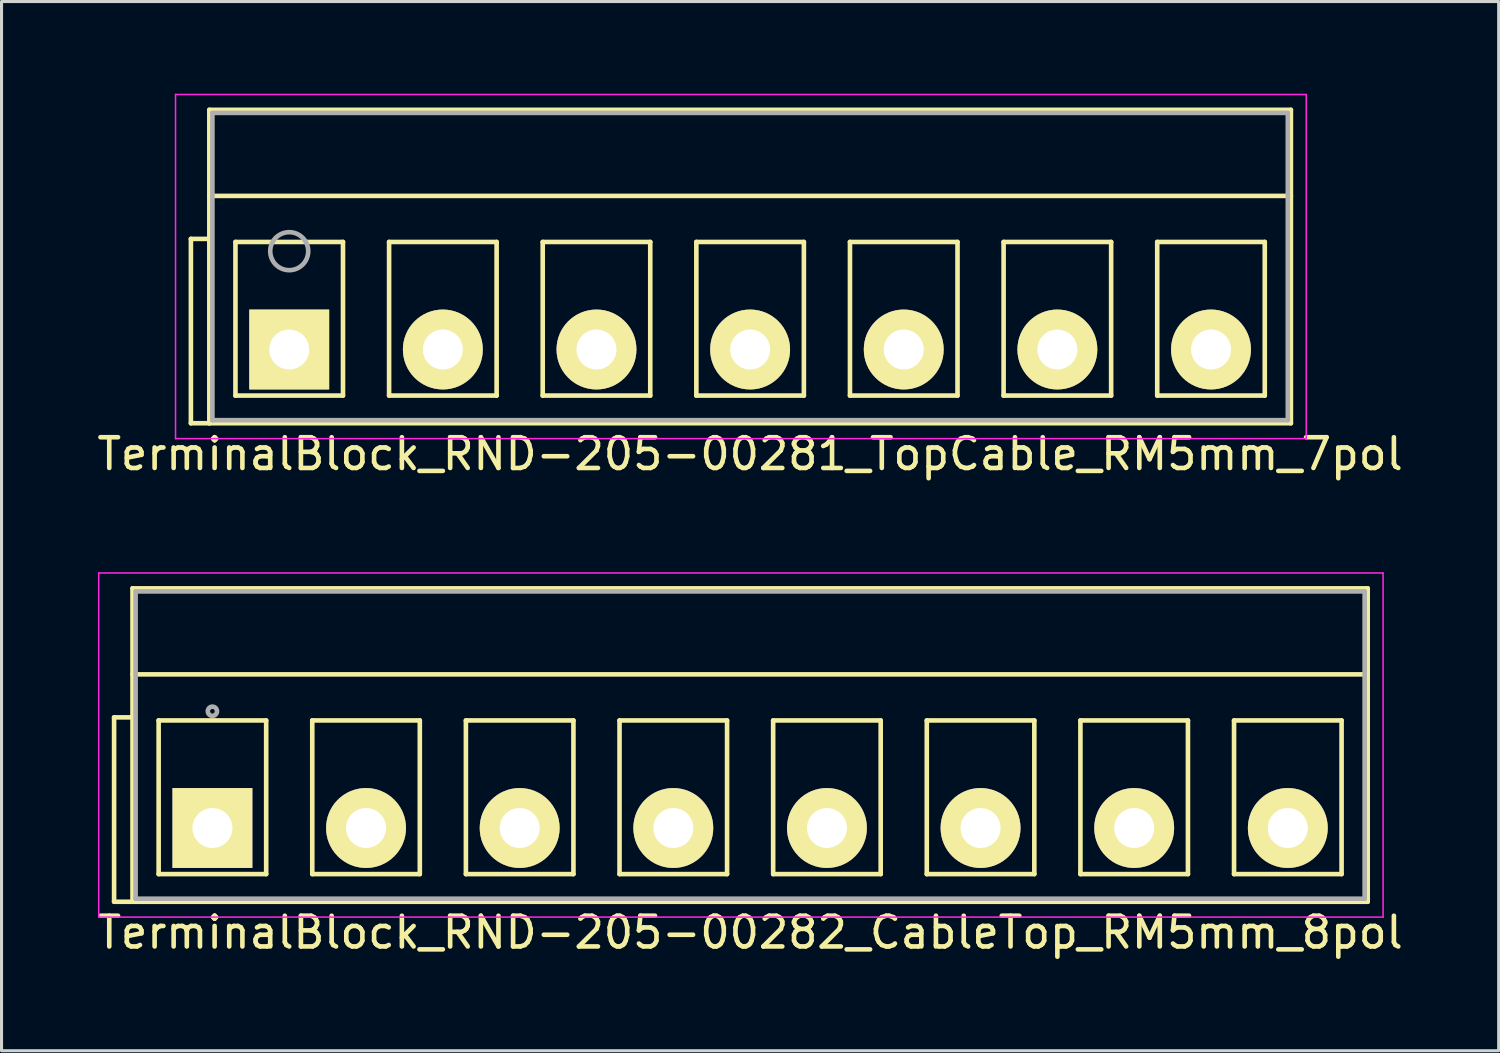
<source format=kicad_pcb>
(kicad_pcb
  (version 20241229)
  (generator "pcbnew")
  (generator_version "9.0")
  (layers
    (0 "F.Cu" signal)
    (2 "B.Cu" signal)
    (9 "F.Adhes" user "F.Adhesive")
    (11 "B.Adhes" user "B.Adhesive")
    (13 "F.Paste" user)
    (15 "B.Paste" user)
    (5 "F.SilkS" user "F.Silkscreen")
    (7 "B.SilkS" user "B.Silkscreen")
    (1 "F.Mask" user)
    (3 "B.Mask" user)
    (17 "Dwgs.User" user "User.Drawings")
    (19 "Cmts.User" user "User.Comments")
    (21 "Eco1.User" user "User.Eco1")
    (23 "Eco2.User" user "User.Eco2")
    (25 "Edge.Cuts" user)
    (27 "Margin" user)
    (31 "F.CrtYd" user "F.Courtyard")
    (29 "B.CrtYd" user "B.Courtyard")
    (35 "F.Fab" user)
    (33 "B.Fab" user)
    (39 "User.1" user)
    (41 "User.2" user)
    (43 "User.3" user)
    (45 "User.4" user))
  (footprint "TerminalBlock_RND-205-00281_TopCable_RM5mm_7pol"
    (layer "F.Cu")
    (at 6.363 8.325)
    (property "Reference" "TerminalBlock_RND-205-00281_TopCable_RM5mm_7pol" (at 15 3.4 0) (layer "F.SilkS") (effects (font (size 1 1) (thickness 0.15))))
    (attr through_hole)
    (fp_line (start -3.2 -3.6) (end -2.6 -3.6) (stroke (width 0.15) (type solid)) (layer "F.SilkS"))
    (fp_line (start -3.2 2.4) (end -3.2 -3.6) (stroke (width 0.15) (type solid)) (layer "F.SilkS"))
    (fp_line (start -2.6 -7.8) (end 32.6 -7.8) (stroke (width 0.15) (type solid)) (layer "F.SilkS"))
    (fp_line (start -2.6 -5) (end 32.6 -5) (stroke (width 0.15) (type solid)) (layer "F.SilkS"))
    (fp_line (start -2.6 2.4) (end -3.2 2.4) (stroke (width 0.15) (type solid)) (layer "F.SilkS"))
    (fp_line (start -2.6 2.4) (end -2.6 -7.8) (stroke (width 0.15) (type solid)) (layer "F.SilkS"))
    (fp_line (start -1.75 -3.5) (end -1.75 1.5) (stroke (width 0.15) (type solid)) (layer "F.SilkS"))
    (fp_line (start -1.75 1.5) (end 1.75 1.5) (stroke (width 0.15) (type solid)) (layer "F.SilkS"))
    (fp_line (start 1.75 -3.5) (end -1.75 -3.5) (stroke (width 0.15) (type solid)) (layer "F.SilkS"))
    (fp_line (start 1.75 1.5) (end 1.75 -3.5) (stroke (width 0.15) (type solid)) (layer "F.SilkS"))
    (fp_line (start 3.25 -3.5) (end 3.25 1.5) (stroke (width 0.15) (type solid)) (layer "F.SilkS"))
    (fp_line (start 3.25 1.5) (end 6.75 1.5) (stroke (width 0.15) (type solid)) (layer "F.SilkS"))
    (fp_line (start 6.75 -3.5) (end 3.25 -3.5) (stroke (width 0.15) (type solid)) (layer "F.SilkS"))
    (fp_line (start 6.75 1.5) (end 6.75 -3.5) (stroke (width 0.15) (type solid)) (layer "F.SilkS"))
    (fp_line (start 8.25 -3.5) (end 8.25 1.5) (stroke (width 0.15) (type solid)) (layer "F.SilkS"))
    (fp_line (start 8.25 1.5) (end 11.75 1.5) (stroke (width 0.15) (type solid)) (layer "F.SilkS"))
    (fp_line (start 11.75 -3.5) (end 8.25 -3.5) (stroke (width 0.15) (type solid)) (layer "F.SilkS"))
    (fp_line (start 11.75 1.5) (end 11.75 -3.5) (stroke (width 0.15) (type solid)) (layer "F.SilkS"))
    (fp_line (start 13.25 -3.5) (end 13.25 1.5) (stroke (width 0.15) (type solid)) (layer "F.SilkS"))
    (fp_line (start 13.25 1.5) (end 16.75 1.5) (stroke (width 0.15) (type solid)) (layer "F.SilkS"))
    (fp_line (start 16.75 -3.5) (end 13.25 -3.5) (stroke (width 0.15) (type solid)) (layer "F.SilkS"))
    (fp_line (start 16.75 1.5) (end 16.75 -3.5) (stroke (width 0.15) (type solid)) (layer "F.SilkS"))
    (fp_line (start 18.25 -3.5) (end 18.25 1.5) (stroke (width 0.15) (type solid)) (layer "F.SilkS"))
    (fp_line (start 18.25 1.5) (end 21.75 1.5) (stroke (width 0.15) (type solid)) (layer "F.SilkS"))
    (fp_line (start 21.75 -3.5) (end 18.25 -3.5) (stroke (width 0.15) (type solid)) (layer "F.SilkS"))
    (fp_line (start 21.75 1.5) (end 21.75 -3.5) (stroke (width 0.15) (type solid)) (layer "F.SilkS"))
    (fp_line (start 23.25 -3.5) (end 23.25 1.5) (stroke (width 0.15) (type solid)) (layer "F.SilkS"))
    (fp_line (start 23.25 1.5) (end 26.75 1.5) (stroke (width 0.15) (type solid)) (layer "F.SilkS"))
    (fp_line (start 26.75 -3.5) (end 23.25 -3.5) (stroke (width 0.15) (type solid)) (layer "F.SilkS"))
    (fp_line (start 26.75 1.5) (end 26.75 -3.5) (stroke (width 0.15) (type solid)) (layer "F.SilkS"))
    (fp_line (start 28.25 -3.5) (end 28.25 1.5) (stroke (width 0.15) (type solid)) (layer "F.SilkS"))
    (fp_line (start 28.25 1.5) (end 31.75 1.5) (stroke (width 0.15) (type solid)) (layer "F.SilkS"))
    (fp_line (start 31.75 -3.5) (end 28.25 -3.5) (stroke (width 0.15) (type solid)) (layer "F.SilkS"))
    (fp_line (start 31.75 1.5) (end 31.75 -3.5) (stroke (width 0.15) (type solid)) (layer "F.SilkS"))
    (fp_line (start 32.6 -7.8) (end 32.6 2.4) (stroke (width 0.15) (type solid)) (layer "F.SilkS"))
    (fp_line (start 32.6 2.4) (end -2.6 2.4) (stroke (width 0.15) (type solid)) (layer "F.SilkS"))
    (fp_line (start -3.7 -8.3) (end 33.1 -8.3) (stroke (width 0.05) (type solid)) (layer "F.CrtYd"))
    (fp_line (start -3.7 2.9) (end -3.7 -8.3) (stroke (width 0.05) (type solid)) (layer "F.CrtYd"))
    (fp_line (start 33.1 -8.3) (end 33.1 2.9) (stroke (width 0.05) (type solid)) (layer "F.CrtYd"))
    (fp_line (start 33.1 2.9) (end -3.7 2.9) (stroke (width 0.05) (type solid)) (layer "F.CrtYd"))
    (fp_line (start -2.5 -7.7) (end 32.5 -7.7) (stroke (width 0.15) (type solid)) (layer "F.Fab"))
    (fp_line (start -2.5 2.3) (end -2.5 -7.7) (stroke (width 0.15) (type solid)) (layer "F.Fab"))
    (fp_line (start 32.5 -7.7) (end 32.5 2.3) (stroke (width 0.15) (type solid)) (layer "F.Fab"))
    (fp_line (start 32.5 2.3) (end -2.5 2.3) (stroke (width 0.15) (type solid)) (layer "F.Fab"))
    (fp_circle (center 0 -3.2) (end -0.15 -3.8) (stroke (width 0.15) (type solid)) (fill no) (layer "F.Fab"))
    (pad "1" thru_hole rect (at 0 0) (size 2.6 2.6) (drill 1.3) (layers "*.Cu" "*.Mask" "F.SilkS"))
    (pad "2" thru_hole circle (at 5 0) (size 2.6 2.6) (drill 1.3) (layers "*.Cu" "*.Mask" "F.SilkS"))
    (pad "3" thru_hole circle (at 10 0) (size 2.6 2.6) (drill 1.3) (layers "*.Cu" "*.Mask" "F.SilkS"))
    (pad "4" thru_hole circle (at 15 0) (size 2.6 2.6) (drill 1.3) (layers "*.Cu" "*.Mask" "F.SilkS"))
    (pad "5" thru_hole circle (at 20 0) (size 2.6 2.6) (drill 1.3) (layers "*.Cu" "*.Mask" "F.SilkS"))
    (pad "6" thru_hole circle (at 25 0) (size 2.6 2.6) (drill 1.3) (layers "*.Cu" "*.Mask" "F.SilkS"))
    (pad "7" thru_hole circle (at 30 0) (size 2.6 2.6) (drill 1.3) (layers "*.Cu" "*.Mask" "F.SilkS")))
  (footprint "TerminalBlock_RND-205-00282_CableTop_RM5mm_8pol"
    (layer "F.Cu")
    (at 3.863 23.898)
    (property "Reference" "TerminalBlock_RND-205-00282_CableTop_RM5mm_8pol" (at 17.5 3.4 0) (layer "F.SilkS") (effects (font (size 1 1) (thickness 0.15))))
    (attr through_hole)
    (fp_line (start -3.2 -3.6) (end -2.6 -3.6) (stroke (width 0.15) (type solid)) (layer "F.SilkS"))
    (fp_line (start -3.2 2.4) (end -3.2 -3.6) (stroke (width 0.15) (type solid)) (layer "F.SilkS"))
    (fp_line (start -2.6 -7.8) (end 37.6 -7.8) (stroke (width 0.15) (type solid)) (layer "F.SilkS"))
    (fp_line (start -2.6 -5) (end 37.6 -5) (stroke (width 0.15) (type solid)) (layer "F.SilkS"))
    (fp_line (start -2.6 2.4) (end -3.2 2.4) (stroke (width 0.15) (type solid)) (layer "F.SilkS"))
    (fp_line (start -2.6 2.4) (end -2.6 -7.8) (stroke (width 0.15) (type solid)) (layer "F.SilkS"))
    (fp_line (start -1.75 -3.5) (end -1.75 1.5) (stroke (width 0.15) (type solid)) (layer "F.SilkS"))
    (fp_line (start -1.75 1.5) (end 1.75 1.5) (stroke (width 0.15) (type solid)) (layer "F.SilkS"))
    (fp_line (start 1.75 -3.5) (end -1.75 -3.5) (stroke (width 0.15) (type solid)) (layer "F.SilkS"))
    (fp_line (start 1.75 1.5) (end 1.75 -3.5) (stroke (width 0.15) (type solid)) (layer "F.SilkS"))
    (fp_line (start 3.25 -3.5) (end 3.25 1.5) (stroke (width 0.15) (type solid)) (layer "F.SilkS"))
    (fp_line (start 3.25 1.5) (end 6.75 1.5) (stroke (width 0.15) (type solid)) (layer "F.SilkS"))
    (fp_line (start 6.75 -3.5) (end 3.25 -3.5) (stroke (width 0.15) (type solid)) (layer "F.SilkS"))
    (fp_line (start 6.75 1.5) (end 6.75 -3.5) (stroke (width 0.15) (type solid)) (layer "F.SilkS"))
    (fp_line (start 8.25 -3.5) (end 8.25 1.5) (stroke (width 0.15) (type solid)) (layer "F.SilkS"))
    (fp_line (start 8.25 1.5) (end 11.75 1.5) (stroke (width 0.15) (type solid)) (layer "F.SilkS"))
    (fp_line (start 11.75 -3.5) (end 8.25 -3.5) (stroke (width 0.15) (type solid)) (layer "F.SilkS"))
    (fp_line (start 11.75 1.5) (end 11.75 -3.5) (stroke (width 0.15) (type solid)) (layer "F.SilkS"))
    (fp_line (start 13.25 -3.5) (end 13.25 1.5) (stroke (width 0.15) (type solid)) (layer "F.SilkS"))
    (fp_line (start 13.25 1.5) (end 16.75 1.5) (stroke (width 0.15) (type solid)) (layer "F.SilkS"))
    (fp_line (start 16.75 -3.5) (end 13.25 -3.5) (stroke (width 0.15) (type solid)) (layer "F.SilkS"))
    (fp_line (start 16.75 1.5) (end 16.75 -3.5) (stroke (width 0.15) (type solid)) (layer "F.SilkS"))
    (fp_line (start 18.25 -3.5) (end 18.25 1.5) (stroke (width 0.15) (type solid)) (layer "F.SilkS"))
    (fp_line (start 18.25 1.5) (end 21.75 1.5) (stroke (width 0.15) (type solid)) (layer "F.SilkS"))
    (fp_line (start 21.75 -3.5) (end 18.25 -3.5) (stroke (width 0.15) (type solid)) (layer "F.SilkS"))
    (fp_line (start 21.75 1.5) (end 21.75 -3.5) (stroke (width 0.15) (type solid)) (layer "F.SilkS"))
    (fp_line (start 23.25 -3.5) (end 23.25 1.5) (stroke (width 0.15) (type solid)) (layer "F.SilkS"))
    (fp_line (start 23.25 1.5) (end 26.75 1.5) (stroke (width 0.15) (type solid)) (layer "F.SilkS"))
    (fp_line (start 26.75 -3.5) (end 23.25 -3.5) (stroke (width 0.15) (type solid)) (layer "F.SilkS"))
    (fp_line (start 26.75 1.5) (end 26.75 -3.5) (stroke (width 0.15) (type solid)) (layer "F.SilkS"))
    (fp_line (start 28.25 -3.5) (end 28.25 1.5) (stroke (width 0.15) (type solid)) (layer "F.SilkS"))
    (fp_line (start 28.25 1.5) (end 31.75 1.5) (stroke (width 0.15) (type solid)) (layer "F.SilkS"))
    (fp_line (start 31.75 -3.5) (end 28.25 -3.5) (stroke (width 0.15) (type solid)) (layer "F.SilkS"))
    (fp_line (start 31.75 1.5) (end 31.75 -3.5) (stroke (width 0.15) (type solid)) (layer "F.SilkS"))
    (fp_line (start 33.25 -3.5) (end 33.25 1.5) (stroke (width 0.15) (type solid)) (layer "F.SilkS"))
    (fp_line (start 33.25 1.5) (end 36.75 1.5) (stroke (width 0.15) (type solid)) (layer "F.SilkS"))
    (fp_line (start 36.75 -3.5) (end 33.25 -3.5) (stroke (width 0.15) (type solid)) (layer "F.SilkS"))
    (fp_line (start 36.75 1.5) (end 36.75 -3.5) (stroke (width 0.15) (type solid)) (layer "F.SilkS"))
    (fp_line (start 37.6 -7.8) (end 37.6 2.4) (stroke (width 0.15) (type solid)) (layer "F.SilkS"))
    (fp_line (start 37.6 2.4) (end -2.6 2.4) (stroke (width 0.15) (type solid)) (layer "F.SilkS"))
    (fp_line (start -3.7 -8.3) (end 38.1 -8.3) (stroke (width 0.05) (type solid)) (layer "F.CrtYd"))
    (fp_line (start -3.7 2.9) (end -3.7 -8.3) (stroke (width 0.05) (type solid)) (layer "F.CrtYd"))
    (fp_line (start 38.1 -8.3) (end 38.1 2.9) (stroke (width 0.05) (type solid)) (layer "F.CrtYd"))
    (fp_line (start 38.1 2.9) (end -3.7 2.9) (stroke (width 0.05) (type solid)) (layer "F.CrtYd"))
    (fp_line (start -2.5 -7.7) (end 37.5 -7.7) (stroke (width 0.15) (type solid)) (layer "F.Fab"))
    (fp_line (start -2.5 2.3) (end -2.5 -7.7) (stroke (width 0.15) (type solid)) (layer "F.Fab"))
    (fp_line (start 37.5 -7.7) (end 37.5 2.3) (stroke (width 0.15) (type solid)) (layer "F.Fab"))
    (fp_line (start 37.5 2.3) (end -2.5 2.3) (stroke (width 0.15) (type solid)) (layer "F.Fab"))
    (fp_circle (center 0 -3.8) (end -0.15 -3.8) (stroke (width 0.15) (type solid)) (fill no) (layer "F.Fab"))
    (pad "1" thru_hole rect (at 0 0) (size 2.6 2.6) (drill 1.3) (layers "*.Cu" "*.Mask" "F.SilkS"))
    (pad "2" thru_hole circle (at 5 0) (size 2.6 2.6) (drill 1.3) (layers "*.Cu" "*.Mask" "F.SilkS"))
    (pad "3" thru_hole circle (at 10 0) (size 2.6 2.6) (drill 1.3) (layers "*.Cu" "*.Mask" "F.SilkS"))
    (pad "4" thru_hole circle (at 15 0) (size 2.6 2.6) (drill 1.3) (layers "*.Cu" "*.Mask" "F.SilkS"))
    (pad "5" thru_hole circle (at 20 0) (size 2.6 2.6) (drill 1.3) (layers "*.Cu" "*.Mask" "F.SilkS"))
    (pad "6" thru_hole circle (at 25 0) (size 2.6 2.6) (drill 1.3) (layers "*.Cu" "*.Mask" "F.SilkS"))
    (pad "7" thru_hole circle (at 30 0) (size 2.6 2.6) (drill 1.3) (layers "*.Cu" "*.Mask" "F.SilkS"))
    (pad "8" thru_hole circle (at 35 0) (size 2.6 2.6) (drill 1.3) (layers "*.Cu" "*.Mask" "F.SilkS")))
  (gr_rect
    (start -3 -3)
    (end 45.726 31.146)
    (stroke (width 0.1) (type default))
    (fill no)
    (layer "Edge.Cuts")))
</source>
